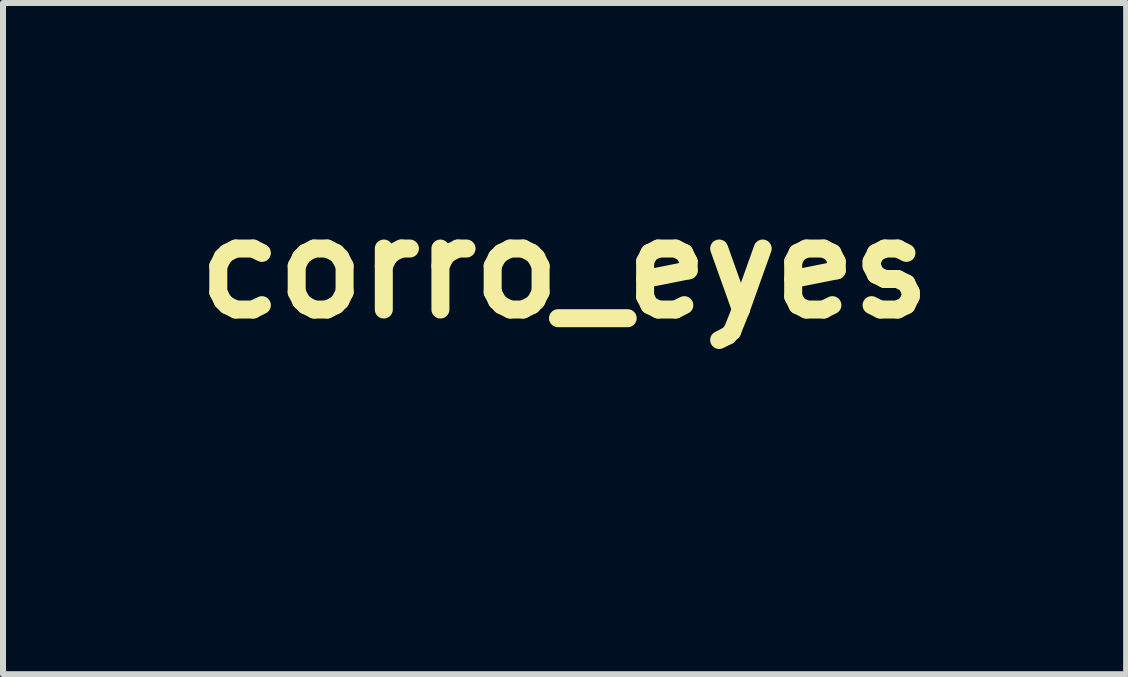
<source format=kicad_pcb>
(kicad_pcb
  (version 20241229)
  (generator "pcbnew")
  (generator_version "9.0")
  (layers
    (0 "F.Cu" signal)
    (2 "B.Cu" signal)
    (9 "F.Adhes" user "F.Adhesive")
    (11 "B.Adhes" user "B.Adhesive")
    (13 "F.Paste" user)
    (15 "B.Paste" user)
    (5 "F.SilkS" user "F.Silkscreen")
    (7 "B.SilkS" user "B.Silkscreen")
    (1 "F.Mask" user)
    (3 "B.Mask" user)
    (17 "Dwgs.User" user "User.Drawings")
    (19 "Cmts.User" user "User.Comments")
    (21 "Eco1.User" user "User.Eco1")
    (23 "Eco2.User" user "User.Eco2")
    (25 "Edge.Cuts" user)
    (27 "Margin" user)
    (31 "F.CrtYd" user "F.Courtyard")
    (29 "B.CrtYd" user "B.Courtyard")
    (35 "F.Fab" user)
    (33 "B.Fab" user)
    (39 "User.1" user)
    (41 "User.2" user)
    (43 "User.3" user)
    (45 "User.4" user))
  (footprint "corro_eyes"
    (layer "F.Cu")
    (at 6.357 1.418)
    (property "Reference" "corro_eyes" (at 0 0 0) (layer "F.SilkS") (effects (font (size 1.524 1.524) (thickness 0.3))))
    (attr through_hole)
    (fp_poly (pts (xy 1.973 1.28) (xy 1.964 1.29) (xy 1.954 1.28) (xy 1.964 1.27) (xy 1.973 1.28)) (stroke (width 0.01) (type solid)) (fill yes) (layer "F.Mask"))
    (fp_poly (pts (xy 2.286 1.71) (xy 2.276 1.719) (xy 2.266 1.71) (xy 2.276 1.7) (xy 2.286 1.71)) (stroke (width 0.01) (type solid)) (fill yes) (layer "F.Mask"))
    (fp_poly (pts (xy 1.909 1.258) (xy 1.904 1.267) (xy 1.884 1.268) (xy 1.863 1.264) (xy 1.872 1.257) (xy 1.903 1.254) (xy 1.909 1.258)) (stroke (width 0.01) (type solid)) (fill yes) (layer "F.Mask"))
    (fp_poly (pts (xy 2.035 1.303) (xy 2.052 1.319) (xy 2.068 1.344) (xy 2.057 1.344) (xy 2.021 1.319) (xy 2 1.298) (xy 2.005 1.29) (xy 2.035 1.303)) (stroke (width 0.01) (type solid)) (fill yes) (layer "F.Mask"))
    (fp_poly (pts (xy 1.594 1.192) (xy 1.739 1.218) (xy 1.798 1.233) (xy 1.823 1.243) (xy 1.818 1.25) (xy 1.788 1.259) (xy 1.656 1.31) (xy 1.545 1.394) (xy 1.456 1.509) (xy 1.407 1.613) (xy 1.373 1.739) (xy 1.359 1.882) (xy 1.366 2.027) (xy 1.393 2.158) (xy 1.404 2.191) (xy 1.454 2.291) (xy 1.522 2.384) (xy 1.598 2.461) (xy 1.668 2.508) (xy 1.773 2.538) (xy 1.885 2.534) (xy 1.993 2.498) (xy 2.088 2.434) (xy 2.111 2.41) (xy 2.178 2.327) (xy 2.225 2.242) (xy 2.257 2.144) (xy 2.276 2.025) (xy 2.284 1.925) (xy 2.296 1.729) (xy 2.359 1.885) (xy 2.444 2.131) (xy 2.496 2.359) (xy 2.514 2.571) (xy 2.498 2.769) (xy 2.449 2.954) (xy 2.404 3.058) (xy 2.305 3.216) (xy 2.172 3.362) (xy 2.011 3.492) (xy 1.824 3.602) (xy 1.617 3.69) (xy 1.556 3.71) (xy 1.491 3.73) (xy 1.444 3.742) (xy 1.405 3.747) (xy 1.361 3.744) (xy 1.299 3.734) (xy 1.229 3.721) (xy 1.007 3.666) (xy 0.816 3.586) (xy 0.653 3.481) (xy 0.518 3.348) (xy 0.409 3.188) (xy 0.326 3) (xy 0.309 2.95) (xy 0.292 2.891) (xy 0.28 2.835) (xy 0.272 2.775) (xy 0.267 2.701) (xy 0.265 2.606) (xy 0.264 2.48) (xy 0.264 2.472) (xy 0.265 2.349) (xy 0.267 2.257) (xy 0.271 2.186) (xy 0.278 2.13) (xy 0.29 2.078) (xy 0.307 2.023) (xy 0.326 1.968) (xy 0.416 1.758) (xy 0.525 1.581) (xy 0.655 1.437) (xy 0.806 1.325) (xy 0.979 1.243) (xy 1.133 1.2) (xy 1.272 1.181) (xy 1.431 1.179) (xy 1.594 1.192)) (stroke (width 0.01) (type solid)) (fill yes) (layer "F.Mask"))
    (fp_poly (pts (xy -3.147 1.257) (xy -3.071 1.272) (xy -3.005 1.291) (xy -2.862 1.336) (xy -2.964 1.349) (xy -3.074 1.379) (xy -3.166 1.437) (xy -3.246 1.528) (xy -3.315 1.651) (xy -3.341 1.711) (xy -3.358 1.765) (xy -3.366 1.824) (xy -3.37 1.903) (xy -3.37 1.964) (xy -3.369 2.059) (xy -3.364 2.129) (xy -3.352 2.184) (xy -3.332 2.239) (xy -3.316 2.276) (xy -3.253 2.385) (xy -3.179 2.475) (xy -3.101 2.538) (xy -3.052 2.562) (xy -2.936 2.582) (xy -2.829 2.568) (xy -2.731 2.524) (xy -2.646 2.454) (xy -2.575 2.361) (xy -2.521 2.251) (xy -2.485 2.127) (xy -2.469 1.993) (xy -2.477 1.854) (xy -2.509 1.713) (xy -2.559 1.595) (xy -2.618 1.48) (xy -2.535 1.548) (xy -2.483 1.603) (xy -2.424 1.688) (xy -2.362 1.794) (xy -2.302 1.912) (xy -2.248 2.034) (xy -2.205 2.152) (xy -2.185 2.218) (xy -2.147 2.433) (xy -2.142 2.649) (xy -2.17 2.86) (xy -2.23 3.058) (xy -2.29 3.185) (xy -2.351 3.28) (xy -2.43 3.384) (xy -2.517 3.485) (xy -2.602 3.572) (xy -2.645 3.609) (xy -2.763 3.681) (xy -2.904 3.732) (xy -3.057 3.759) (xy -3.212 3.761) (xy -3.287 3.752) (xy -3.432 3.715) (xy -3.592 3.657) (xy -3.755 3.582) (xy -3.907 3.497) (xy -4.01 3.429) (xy -4.125 3.32) (xy -4.216 3.184) (xy -4.282 3.025) (xy -4.322 2.845) (xy -4.334 2.651) (xy -4.317 2.445) (xy -4.311 2.41) (xy -4.262 2.188) (xy -4.194 1.968) (xy -4.114 1.768) (xy -4.029 1.628) (xy -3.91 1.501) (xy -3.762 1.392) (xy -3.658 1.335) (xy -3.577 1.298) (xy -3.511 1.275) (xy -3.443 1.262) (xy -3.357 1.255) (xy -3.328 1.254) (xy -3.226 1.252) (xy -3.147 1.257)) (stroke (width 0.01) (type solid)) (fill yes) (layer "F.Mask")))
  (gr_rect
    (start -3 -3)
    (end 15.715 8.184)
    (stroke (width 0.1) (type default))
    (fill no)
    (layer "Edge.Cuts")))
</source>
